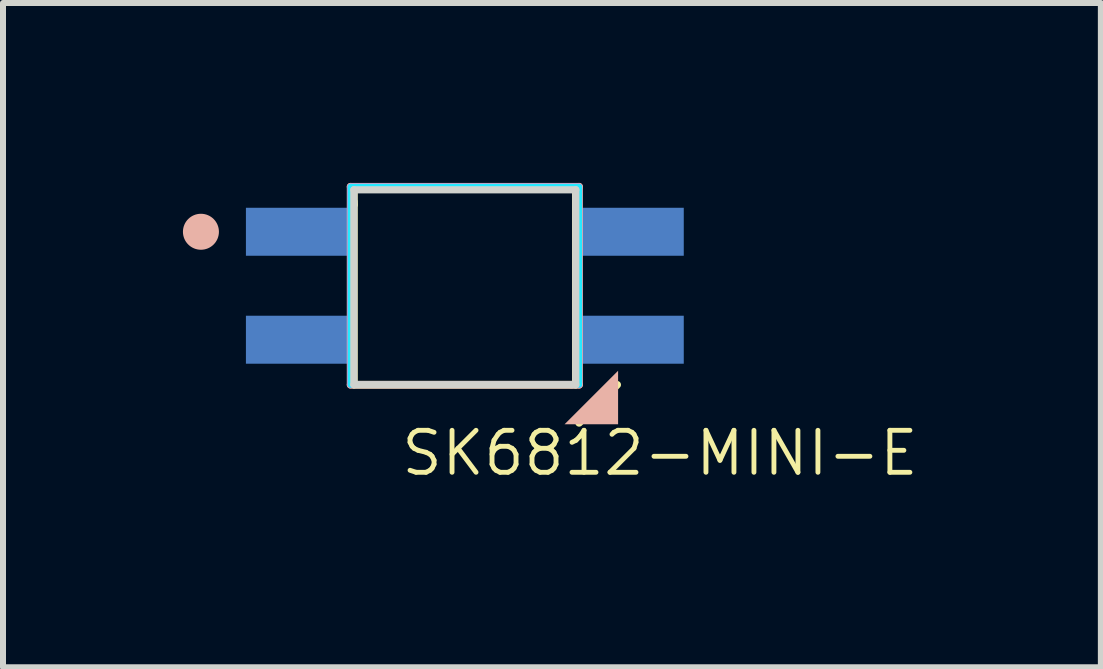
<source format=kicad_pcb>
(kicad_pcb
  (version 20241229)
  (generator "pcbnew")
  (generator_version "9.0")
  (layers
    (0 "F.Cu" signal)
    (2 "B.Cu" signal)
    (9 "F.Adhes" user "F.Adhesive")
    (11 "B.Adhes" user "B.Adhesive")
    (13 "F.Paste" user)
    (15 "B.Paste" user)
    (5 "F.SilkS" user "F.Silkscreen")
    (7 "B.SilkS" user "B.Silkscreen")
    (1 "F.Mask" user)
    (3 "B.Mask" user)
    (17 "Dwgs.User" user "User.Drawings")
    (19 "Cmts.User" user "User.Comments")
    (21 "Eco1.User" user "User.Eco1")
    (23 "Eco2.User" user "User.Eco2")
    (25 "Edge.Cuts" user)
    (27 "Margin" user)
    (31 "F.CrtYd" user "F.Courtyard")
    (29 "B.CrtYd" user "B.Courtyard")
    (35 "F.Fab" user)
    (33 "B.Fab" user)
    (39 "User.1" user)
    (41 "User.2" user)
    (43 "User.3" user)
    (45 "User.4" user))
  (footprint "SK6812-MINI-E"
    (layer "F.Cu")
    (at 4.7 1.714)
    (property "Reference" "SK6812-MINI-E" (at -1.1 3.2 0) (layer "F.SilkS") (effects (font (size 0.7 0.7) (thickness 0.081)) (justify left bottom)))
    (fp_poly (pts (xy 3.726 0.375) (xy 3.724 0.863) (xy 3.724 0.863) (xy 3.724 0.881) (xy 3.724 1.02) (xy 3.409 1.416) (xy 1.864 1.42) (xy 1.867 0.371)) (stroke (width 0) (type default)) (fill yes) (layer "B.Mask"))
    (fp_line (start -1.85 -1.65) (end -1.85 -1.35) (stroke (width 0.127) (type solid)) (layer "F.SilkS"))
    (fp_line (start -1.85 -1.35) (end -1.85 -1.4) (stroke (width 0.127) (type solid)) (layer "F.SilkS"))
    (fp_line (start -1.85 1.65) (end -1.85 -1.35) (stroke (width 0.127) (type solid)) (layer "F.SilkS"))
    (fp_line (start -1.6 -1.65) (end -1.85 -1.65) (stroke (width 0.127) (type solid)) (layer "F.SilkS"))
    (fp_line (start -1.6 -1.65) (end 1.85 -1.65) (stroke (width 0.127) (type solid)) (layer "F.SilkS"))
    (fp_line (start 1.85 -1.65) (end 1.85 1.65) (stroke (width 0.127) (type solid)) (layer "F.SilkS"))
    (fp_line (start 1.85 1.65) (end -1.85 1.65) (stroke (width 0.127) (type solid)) (layer "F.SilkS"))
    (fp_line (start 1.905 2.286) (end 2.54 1.651) (stroke (width 0.127) (type solid)) (layer "F.SilkS"))
    (fp_line (start -1.905 -1.651) (end 1.905 -1.651) (stroke (width 0.127) (type solid)) (layer "B.SilkS"))
    (fp_line (start -1.905 1.651) (end -1.905 -1.651) (stroke (width 0.127) (type solid)) (layer "B.SilkS"))
    (fp_line (start 1.778 1.651) (end -1.905 1.651) (stroke (width 0.127) (type solid)) (layer "B.SilkS"))
    (fp_line (start 1.905 -1.651) (end 1.905 1.651) (stroke (width 0.127) (type solid)) (layer "B.SilkS"))
    (fp_line (start 1.905 1.651) (end 1.778 1.651) (stroke (width 0.127) (type solid)) (layer "B.SilkS"))
    (fp_circle (center -4.4 -0.9) (end -4.15 -0.9) (stroke (width 0.1) (type solid)) (fill yes) (layer "B.SilkS"))
    (fp_poly (pts (xy 2.555 2.309) (xy 1.663 2.309) (xy 2.555 1.417)) (stroke (width 0) (type default)) (fill yes) (layer "B.SilkS"))
    (fp_line (start -1.85 -1.6) (end 1.85 -1.6) (stroke (width 0.12) (type solid)) (layer "Edge.Cuts"))
    (fp_line (start -1.85 1.65) (end -1.85 -1.6) (stroke (width 0.12) (type solid)) (layer "Edge.Cuts"))
    (fp_line (start 1.85 -1.6) (end 1.85 1.65) (stroke (width 0.12) (type solid)) (layer "Edge.Cuts"))
    (fp_line (start 1.85 1.65) (end -1.85 1.65) (stroke (width 0.12) (type solid)) (layer "Edge.Cuts"))
    (fp_poly (pts (xy -1.905 1.651) (xy 1.905 1.651) (xy 1.905 -1.651) (xy -1.905 -1.651)) (stroke (width 0.1) (type default)) (fill no) (layer "B.CrtYd"))
    (fp_poly (pts (xy -1.905 1.651) (xy 1.905 1.651) (xy 1.905 -1.651) (xy -1.905 -1.651)) (stroke (width 0.1) (type default)) (fill no) (layer "F.CrtYd"))
    (pad "1-VDD" smd rect (at -2.8 -0.9 180) (size 1.7 0.8) (layers "B.Cu" "B.Mask" "B.Paste"))
    (pad "2-OUT" smd rect (at -2.8 0.9 180) (size 1.7 0.8) (layers "B.Cu" "B.Mask" "B.Paste"))
    (pad "3-GND" smd rect (at 2.8 0.9 180) (size 1.7 0.8) (layers "B.Cu" "B.Paste"))
    (pad "4-DIN" smd rect (at 2.8 -0.9 180) (size 1.7 0.8) (layers "B.Cu" "B.Mask" "B.Paste"))
    (zone (net_name "") (layer "F.Cu") (hatch edge 0.508) (connect_pads) (min_thickness 0.254) (filled_areas_thickness no) (keepout (tracks not_allowed) (vias not_allowed) (pads not_allowed) (copperpour not_allowed) (footprints allowed)) (placement (enabled no)) (fill) (polygon (pts (xy 2.9 3.334) (xy 6.5 3.334) (xy 6.5 0.124) (xy 2.9 0.124))))
    (zone (net_name "") (layers "F.Cu" "B.Cu") (hatch edge 0.508) (connect_pads) (min_thickness 0.254) (filled_areas_thickness no) (keepout (tracks allowed) (vias not_allowed) (pads allowed) (copperpour allowed) (footprints allowed)) (placement (enabled no)) (fill) (polygon (pts (xy 2.9 3.334) (xy 6.5 3.334) (xy 6.5 0.124) (xy 2.9 0.124))))
    (zone (net_name "") (layer "B.Cu") (hatch edge 0.508) (connect_pads) (min_thickness 0.254) (filled_areas_thickness no) (keepout (tracks not_allowed) (vias not_allowed) (pads not_allowed) (copperpour not_allowed) (footprints allowed)) (placement (enabled no)) (fill) (polygon (pts (xy 2.9 3.334) (xy 6.5 3.334) (xy 6.5 0.124) (xy 2.9 0.124)))))
  (gr_rect
    (start -3 -3)
    (end 15.304 8.075)
    (stroke (width 0.1) (type default))
    (fill no)
    (layer "Edge.Cuts")))
</source>
